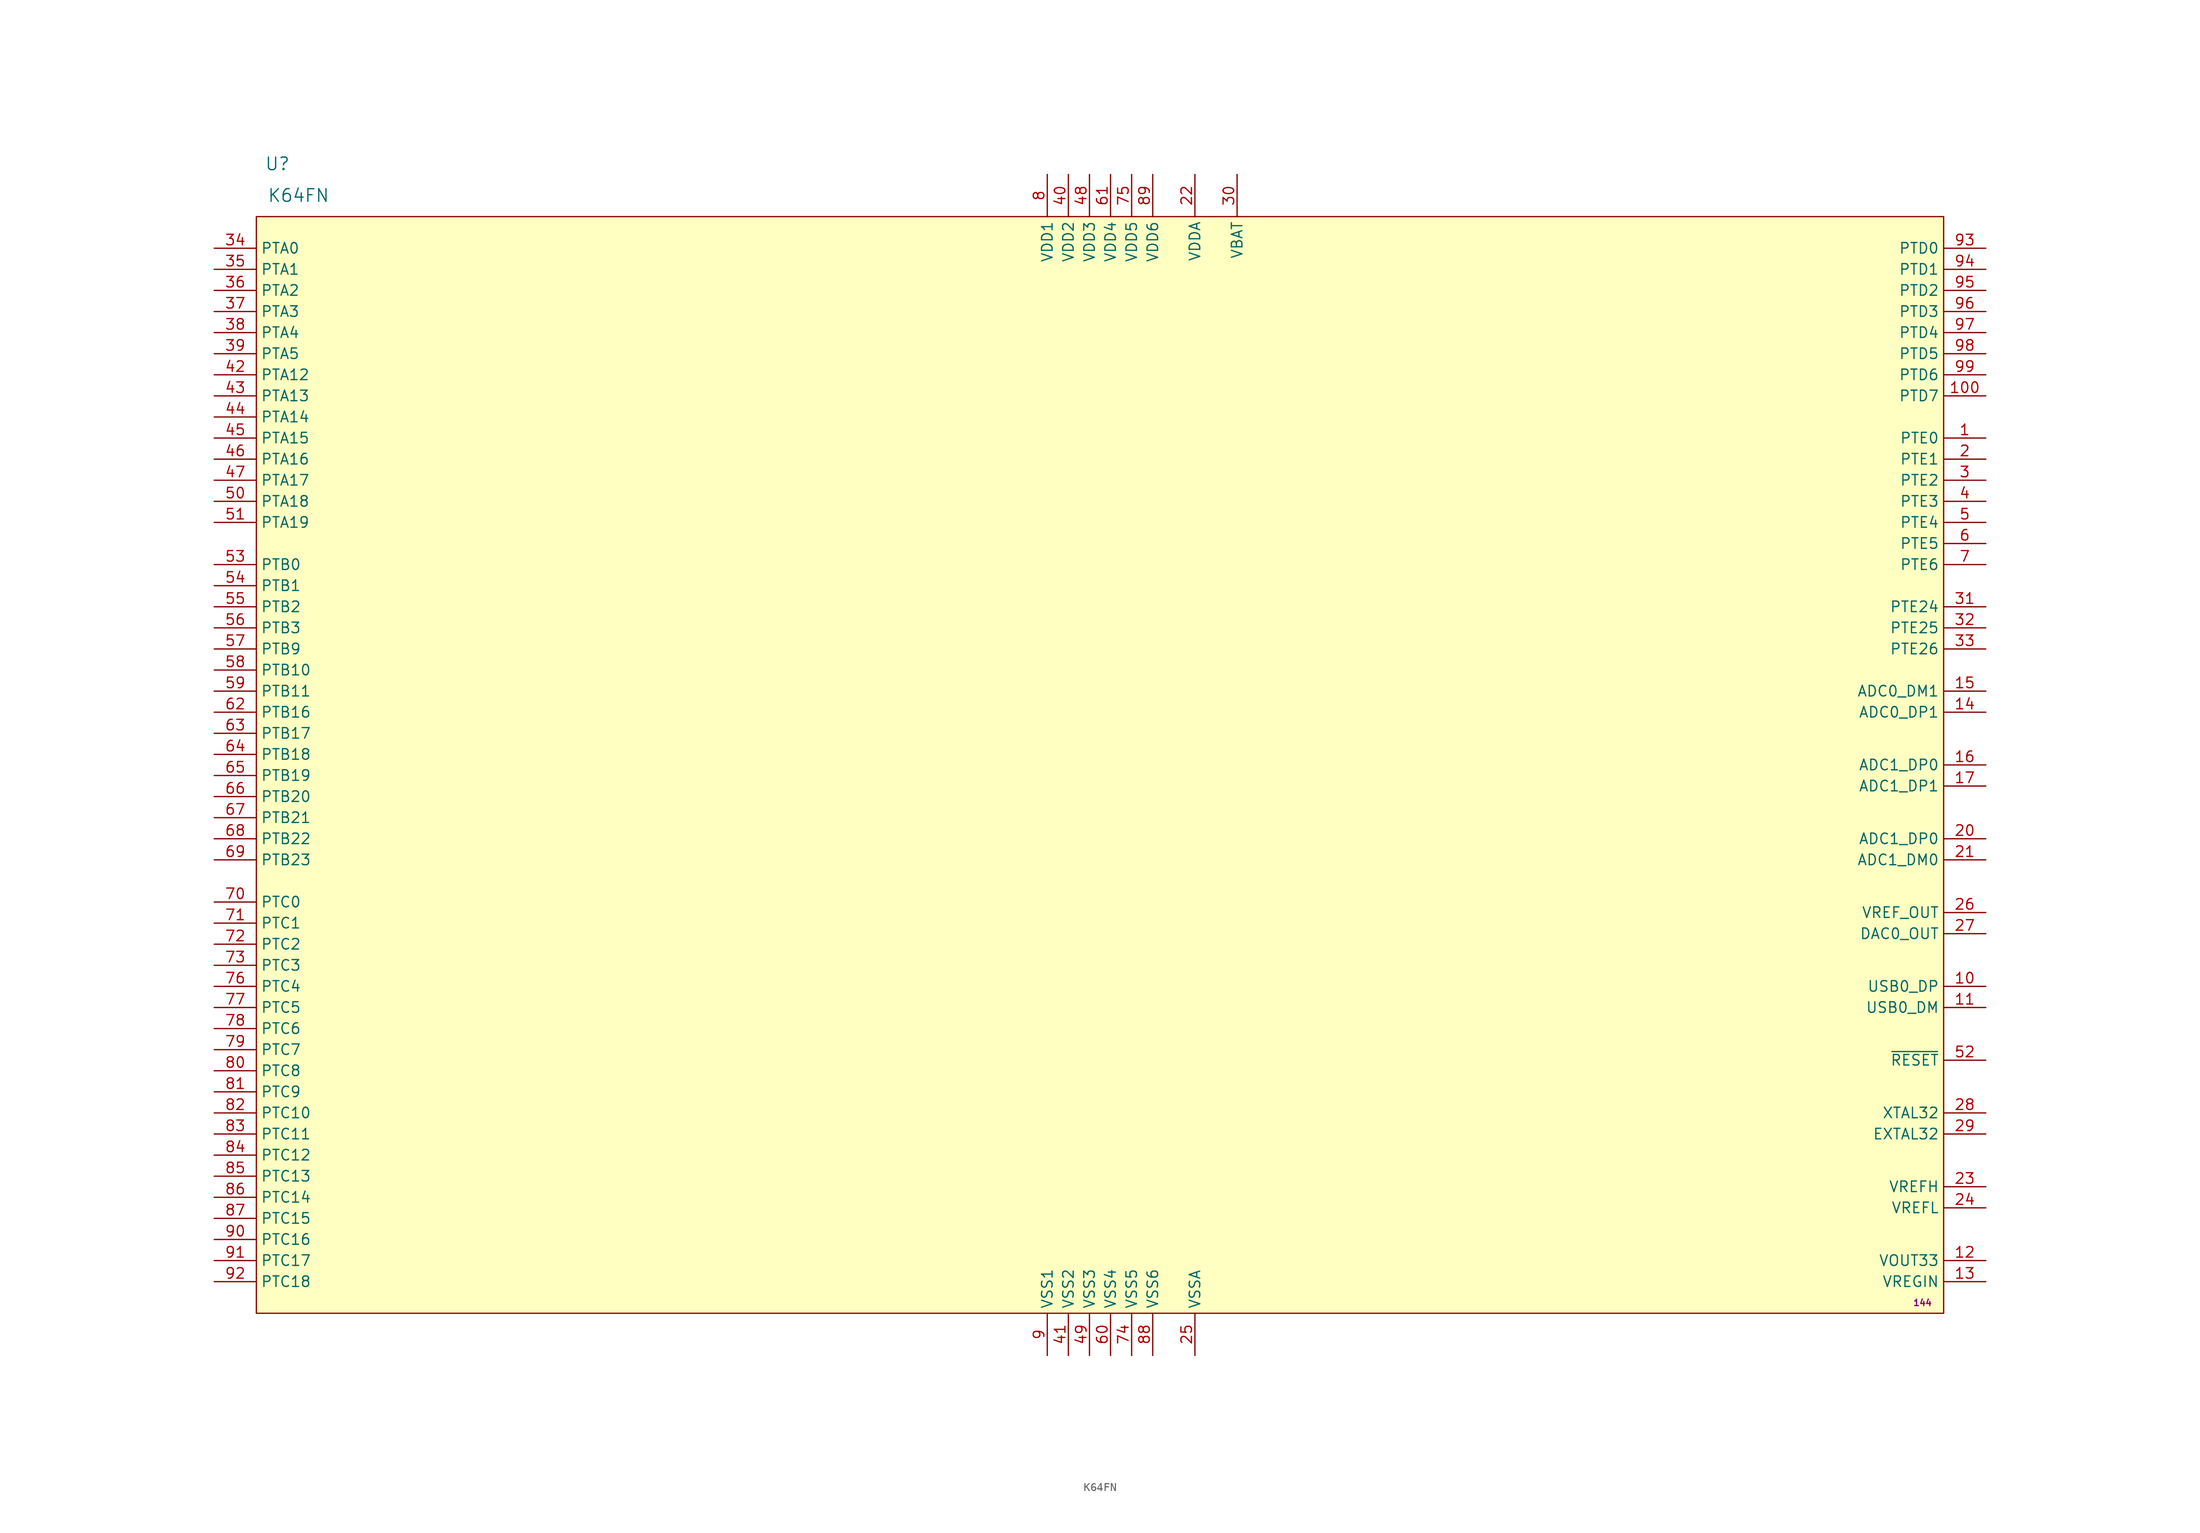
<source format=kicad_sym>
(kicad_symbol_lib
  (version 20220914)
  (generator kicad_symbol_editor)
  (symbol "K64FN"
    (property "Reference" "U"
      (at -99.06 72.39 0)
      (effects (font (size 1.524 1.524))))
    (property "Value" "K64FN"
      (at -96.52 68.58 0)
      (effects (font (size 1.524 1.524))))
    (property "Footprint" "144"
      (at 99.06 -64.77 0)
      (effects (font (size 0.762 0.762))))
    (property "Datasheet" ""
      (at 3.81 -3.81 0)
      (effects (font (size 1.524 1.524))))
    (symbol "K64FN_0_1"
      (rectangle (start -101.6 66.04) (end 101.6 -66.04) (stroke (width 0) (type default)) (fill (type background))))
    (symbol "K64FN_1_1"
      (pin input line (at 106.68 39.37 180) (length 5.08) (name "PTE0" (effects (font (size 1.27 1.27)))) (number "1" (effects (font (size 1.27 1.27)))))
      (pin input line (at 106.68 -26.67 180) (length 5.08) (name "USB0_DP" (effects (font (size 1.27 1.27)))) (number "10" (effects (font (size 1.27 1.27)))))
      (pin input line (at 106.68 44.45 180) (length 5.08) (name "PTD7" (effects (font (size 1.27 1.27)))) (number "100" (effects (font (size 1.27 1.27)))))
      (pin input line (at 106.68 -29.21 180) (length 5.08) (name "USB0_DM" (effects (font (size 1.27 1.27)))) (number "11" (effects (font (size 1.27 1.27)))))
      (pin input line (at 106.68 -59.69 180) (length 5.08) (name "VOUT33" (effects (font (size 1.27 1.27)))) (number "12" (effects (font (size 1.27 1.27)))))
      (pin input line (at 106.68 -62.23 180) (length 5.08) (name "VREGIN" (effects (font (size 1.27 1.27)))) (number "13" (effects (font (size 1.27 1.27)))))
      (pin input line (at 106.68 6.35 180) (length 5.08) (name "ADC0_DP1" (effects (font (size 1.27 1.27)))) (number "14" (effects (font (size 1.27 1.27)))))
      (pin input line (at 106.68 8.89 180) (length 5.08) (name "ADC0_DM1" (effects (font (size 1.27 1.27)))) (number "15" (effects (font (size 1.27 1.27)))))
      (pin input line (at 106.68 0 180) (length 5.08) (name "ADC1_DP0" (effects (font (size 1.27 1.27)))) (number "16" (effects (font (size 1.27 1.27)))))
      (pin input line (at 106.68 -2.54 180) (length 5.08) (name "ADC1_DP1" (effects (font (size 1.27 1.27)))) (number "17" (effects (font (size 1.27 1.27)))))
      (pin input line (at 106.68 36.83 180) (length 5.08) (name "PTE1" (effects (font (size 1.27 1.27)))) (number "2" (effects (font (size 1.27 1.27)))))
      (pin input line (at 106.68 -8.89 180) (length 5.08) (name "ADC1_DP0" (effects (font (size 1.27 1.27)))) (number "20" (effects (font (size 1.27 1.27)))))
      (pin input line (at 106.68 -11.43 180) (length 5.08) (name "ADC1_DM0" (effects (font (size 1.27 1.27)))) (number "21" (effects (font (size 1.27 1.27)))))
      (pin input line (at 11.43 71.12 270) (length 5.08) (name "VDDA" (effects (font (size 1.27 1.27)))) (number "22" (effects (font (size 1.27 1.27)))))
      (pin input line (at 106.68 -50.8 180) (length 5.08) (name "VREFH" (effects (font (size 1.27 1.27)))) (number "23" (effects (font (size 1.27 1.27)))))
      (pin input line (at 106.68 -53.34 180) (length 5.08) (name "VREFL" (effects (font (size 1.27 1.27)))) (number "24" (effects (font (size 1.27 1.27)))))
      (pin input line (at 11.43 -71.12 90) (length 5.08) (name "VSSA" (effects (font (size 1.27 1.27)))) (number "25" (effects (font (size 1.27 1.27)))))
      (pin input line (at 106.68 -17.78 180) (length 5.08) (name "VREF_OUT" (effects (font (size 1.27 1.27)))) (number "26" (effects (font (size 1.27 1.27)))))
      (pin input line (at 106.68 -20.32 180) (length 5.08) (name "DAC0_OUT" (effects (font (size 1.27 1.27)))) (number "27" (effects (font (size 1.27 1.27)))))
      (pin input line (at 106.68 -41.91 180) (length 5.08) (name "XTAL32" (effects (font (size 1.27 1.27)))) (number "28" (effects (font (size 1.27 1.27)))))
      (pin input line (at 106.68 -44.45 180) (length 5.08) (name "EXTAL32" (effects (font (size 1.27 1.27)))) (number "29" (effects (font (size 1.27 1.27)))))
      (pin input line (at 106.68 34.29 180) (length 5.08) (name "PTE2" (effects (font (size 1.27 1.27)))) (number "3" (effects (font (size 1.27 1.27)))))
      (pin input line (at 16.51 71.12 270) (length 5.08) (name "VBAT" (effects (font (size 1.27 1.27)))) (number "30" (effects (font (size 1.27 1.27)))))
      (pin input line (at 106.68 19.05 180) (length 5.08) (name "PTE24" (effects (font (size 1.27 1.27)))) (number "31" (effects (font (size 1.27 1.27)))))
      (pin input line (at 106.68 16.51 180) (length 5.08) (name "PTE25" (effects (font (size 1.27 1.27)))) (number "32" (effects (font (size 1.27 1.27)))))
      (pin input line (at 106.68 13.97 180) (length 5.08) (name "PTE26" (effects (font (size 1.27 1.27)))) (number "33" (effects (font (size 1.27 1.27)))))
      (pin input line (at -106.68 62.23 0) (length 5.08) (name "PTA0" (effects (font (size 1.27 1.27)))) (number "34" (effects (font (size 1.27 1.27)))))
      (pin input line (at -106.68 59.69 0) (length 5.08) (name "PTA1" (effects (font (size 1.27 1.27)))) (number "35" (effects (font (size 1.27 1.27)))))
      (pin input line (at -106.68 57.15 0) (length 5.08) (name "PTA2" (effects (font (size 1.27 1.27)))) (number "36" (effects (font (size 1.27 1.27)))))
      (pin input line (at -106.68 54.61 0) (length 5.08) (name "PTA3" (effects (font (size 1.27 1.27)))) (number "37" (effects (font (size 1.27 1.27)))))
      (pin input line (at -106.68 52.07 0) (length 5.08) (name "PTA4" (effects (font (size 1.27 1.27)))) (number "38" (effects (font (size 1.27 1.27)))))
      (pin input line (at -106.68 49.53 0) (length 5.08) (name "PTA5" (effects (font (size 1.27 1.27)))) (number "39" (effects (font (size 1.27 1.27)))))
      (pin input line (at 106.68 31.75 180) (length 5.08) (name "PTE3" (effects (font (size 1.27 1.27)))) (number "4" (effects (font (size 1.27 1.27)))))
      (pin input line (at -3.81 71.12 270) (length 5.08) (name "VDD2" (effects (font (size 1.27 1.27)))) (number "40" (effects (font (size 1.27 1.27)))))
      (pin input line (at -3.81 -71.12 90) (length 5.08) (name "VSS2" (effects (font (size 1.27 1.27)))) (number "41" (effects (font (size 1.27 1.27)))))
      (pin input line (at -106.68 46.99 0) (length 5.08) (name "PTA12" (effects (font (size 1.27 1.27)))) (number "42" (effects (font (size 1.27 1.27)))))
      (pin input line (at -106.68 44.45 0) (length 5.08) (name "PTA13" (effects (font (size 1.27 1.27)))) (number "43" (effects (font (size 1.27 1.27)))))
      (pin input line (at -106.68 41.91 0) (length 5.08) (name "PTA14" (effects (font (size 1.27 1.27)))) (number "44" (effects (font (size 1.27 1.27)))))
      (pin input line (at -106.68 39.37 0) (length 5.08) (name "PTA15" (effects (font (size 1.27 1.27)))) (number "45" (effects (font (size 1.27 1.27)))))
      (pin input line (at -106.68 36.83 0) (length 5.08) (name "PTA16" (effects (font (size 1.27 1.27)))) (number "46" (effects (font (size 1.27 1.27)))))
      (pin input line (at -106.68 34.29 0) (length 5.08) (name "PTA17" (effects (font (size 1.27 1.27)))) (number "47" (effects (font (size 1.27 1.27)))))
      (pin input line (at -1.27 71.12 270) (length 5.08) (name "VDD3" (effects (font (size 1.27 1.27)))) (number "48" (effects (font (size 1.27 1.27)))))
      (pin input line (at -1.27 -71.12 90) (length 5.08) (name "VSS3" (effects (font (size 1.27 1.27)))) (number "49" (effects (font (size 1.27 1.27)))))
      (pin input line (at 106.68 29.21 180) (length 5.08) (name "PTE4" (effects (font (size 1.27 1.27)))) (number "5" (effects (font (size 1.27 1.27)))))
      (pin input line (at -106.68 31.75 0) (length 5.08) (name "PTA18" (effects (font (size 1.27 1.27)))) (number "50" (effects (font (size 1.27 1.27)))))
      (pin input line (at -106.68 29.21 0) (length 5.08) (name "PTA19" (effects (font (size 1.27 1.27)))) (number "51" (effects (font (size 1.27 1.27)))))
      (pin input line (at 106.68 -35.56 180) (length 5.08) (name "~{RESET}" (effects (font (size 1.27 1.27)))) (number "52" (effects (font (size 1.27 1.27)))))
      (pin input line (at -106.68 24.13 0) (length 5.08) (name "PTB0" (effects (font (size 1.27 1.27)))) (number "53" (effects (font (size 1.27 1.27)))))
      (pin input line (at -106.68 21.59 0) (length 5.08) (name "PTB1" (effects (font (size 1.27 1.27)))) (number "54" (effects (font (size 1.27 1.27)))))
      (pin input line (at -106.68 19.05 0) (length 5.08) (name "PTB2" (effects (font (size 1.27 1.27)))) (number "55" (effects (font (size 1.27 1.27)))))
      (pin input line (at -106.68 16.51 0) (length 5.08) (name "PTB3" (effects (font (size 1.27 1.27)))) (number "56" (effects (font (size 1.27 1.27)))))
      (pin input line (at -106.68 13.97 0) (length 5.08) (name "PTB9" (effects (font (size 1.27 1.27)))) (number "57" (effects (font (size 1.27 1.27)))))
      (pin input line (at -106.68 11.43 0) (length 5.08) (name "PTB10" (effects (font (size 1.27 1.27)))) (number "58" (effects (font (size 1.27 1.27)))))
      (pin input line (at -106.68 8.89 0) (length 5.08) (name "PTB11" (effects (font (size 1.27 1.27)))) (number "59" (effects (font (size 1.27 1.27)))))
      (pin input line (at 106.68 26.67 180) (length 5.08) (name "PTE5" (effects (font (size 1.27 1.27)))) (number "6" (effects (font (size 1.27 1.27)))))
      (pin input line (at 1.27 -71.12 90) (length 5.08) (name "VSS4" (effects (font (size 1.27 1.27)))) (number "60" (effects (font (size 1.27 1.27)))))
      (pin input line (at 1.27 71.12 270) (length 5.08) (name "VDD4" (effects (font (size 1.27 1.27)))) (number "61" (effects (font (size 1.27 1.27)))))
      (pin input line (at -106.68 6.35 0) (length 5.08) (name "PTB16" (effects (font (size 1.27 1.27)))) (number "62" (effects (font (size 1.27 1.27)))))
      (pin input line (at -106.68 3.81 0) (length 5.08) (name "PTB17" (effects (font (size 1.27 1.27)))) (number "63" (effects (font (size 1.27 1.27)))))
      (pin input line (at -106.68 1.27 0) (length 5.08) (name "PTB18" (effects (font (size 1.27 1.27)))) (number "64" (effects (font (size 1.27 1.27)))))
      (pin input line (at -106.68 -1.27 0) (length 5.08) (name "PTB19" (effects (font (size 1.27 1.27)))) (number "65" (effects (font (size 1.27 1.27)))))
      (pin input line (at -106.68 -3.81 0) (length 5.08) (name "PTB20" (effects (font (size 1.27 1.27)))) (number "66" (effects (font (size 1.27 1.27)))))
      (pin input line (at -106.68 -6.35 0) (length 5.08) (name "PTB21" (effects (font (size 1.27 1.27)))) (number "67" (effects (font (size 1.27 1.27)))))
      (pin input line (at -106.68 -8.89 0) (length 5.08) (name "PTB22" (effects (font (size 1.27 1.27)))) (number "68" (effects (font (size 1.27 1.27)))))
      (pin input line (at -106.68 -11.43 0) (length 5.08) (name "PTB23" (effects (font (size 1.27 1.27)))) (number "69" (effects (font (size 1.27 1.27)))))
      (pin input line (at 106.68 24.13 180) (length 5.08) (name "PTE6" (effects (font (size 1.27 1.27)))) (number "7" (effects (font (size 1.27 1.27)))))
      (pin input line (at -106.68 -16.51 0) (length 5.08) (name "PTC0" (effects (font (size 1.27 1.27)))) (number "70" (effects (font (size 1.27 1.27)))))
      (pin input line (at -106.68 -19.05 0) (length 5.08) (name "PTC1" (effects (font (size 1.27 1.27)))) (number "71" (effects (font (size 1.27 1.27)))))
      (pin input line (at -106.68 -21.59 0) (length 5.08) (name "PTC2" (effects (font (size 1.27 1.27)))) (number "72" (effects (font (size 1.27 1.27)))))
      (pin input line (at -106.68 -24.13 0) (length 5.08) (name "PTC3" (effects (font (size 1.27 1.27)))) (number "73" (effects (font (size 1.27 1.27)))))
      (pin input line (at 3.81 -71.12 90) (length 5.08) (name "VSS5" (effects (font (size 1.27 1.27)))) (number "74" (effects (font (size 1.27 1.27)))))
      (pin input line (at 3.81 71.12 270) (length 5.08) (name "VDD5" (effects (font (size 1.27 1.27)))) (number "75" (effects (font (size 1.27 1.27)))))
      (pin input line (at -106.68 -26.67 0) (length 5.08) (name "PTC4" (effects (font (size 1.27 1.27)))) (number "76" (effects (font (size 1.27 1.27)))))
      (pin input line (at -106.68 -29.21 0) (length 5.08) (name "PTC5" (effects (font (size 1.27 1.27)))) (number "77" (effects (font (size 1.27 1.27)))))
      (pin input line (at -106.68 -31.75 0) (length 5.08) (name "PTC6" (effects (font (size 1.27 1.27)))) (number "78" (effects (font (size 1.27 1.27)))))
      (pin input line (at -106.68 -34.29 0) (length 5.08) (name "PTC7" (effects (font (size 1.27 1.27)))) (number "79" (effects (font (size 1.27 1.27)))))
      (pin input line (at -6.35 71.12 270) (length 5.08) (name "VDD1" (effects (font (size 1.27 1.27)))) (number "8" (effects (font (size 1.27 1.27)))))
      (pin input line (at -106.68 -36.83 0) (length 5.08) (name "PTC8" (effects (font (size 1.27 1.27)))) (number "80" (effects (font (size 1.27 1.27)))))
      (pin input line (at -106.68 -39.37 0) (length 5.08) (name "PTC9" (effects (font (size 1.27 1.27)))) (number "81" (effects (font (size 1.27 1.27)))))
      (pin input line (at -106.68 -41.91 0) (length 5.08) (name "PTC10" (effects (font (size 1.27 1.27)))) (number "82" (effects (font (size 1.27 1.27)))))
      (pin input line (at -106.68 -44.45 0) (length 5.08) (name "PTC11" (effects (font (size 1.27 1.27)))) (number "83" (effects (font (size 1.27 1.27)))))
      (pin input line (at -106.68 -46.99 0) (length 5.08) (name "PTC12" (effects (font (size 1.27 1.27)))) (number "84" (effects (font (size 1.27 1.27)))))
      (pin input line (at -106.68 -49.53 0) (length 5.08) (name "PTC13" (effects (font (size 1.27 1.27)))) (number "85" (effects (font (size 1.27 1.27)))))
      (pin input line (at -106.68 -52.07 0) (length 5.08) (name "PTC14" (effects (font (size 1.27 1.27)))) (number "86" (effects (font (size 1.27 1.27)))))
      (pin input line (at -106.68 -54.61 0) (length 5.08) (name "PTC15" (effects (font (size 1.27 1.27)))) (number "87" (effects (font (size 1.27 1.27)))))
      (pin input line (at 6.35 -71.12 90) (length 5.08) (name "VSS6" (effects (font (size 1.27 1.27)))) (number "88" (effects (font (size 1.27 1.27)))))
      (pin input line (at 6.35 71.12 270) (length 5.08) (name "VDD6" (effects (font (size 1.27 1.27)))) (number "89" (effects (font (size 1.27 1.27)))))
      (pin input line (at -6.35 -71.12 90) (length 5.08) (name "VSS1" (effects (font (size 1.27 1.27)))) (number "9" (effects (font (size 1.27 1.27)))))
      (pin input line (at -106.68 -57.15 0) (length 5.08) (name "PTC16" (effects (font (size 1.27 1.27)))) (number "90" (effects (font (size 1.27 1.27)))))
      (pin input line (at -106.68 -59.69 0) (length 5.08) (name "PTC17" (effects (font (size 1.27 1.27)))) (number "91" (effects (font (size 1.27 1.27)))))
      (pin input line (at -106.68 -62.23 0) (length 5.08) (name "PTC18" (effects (font (size 1.27 1.27)))) (number "92" (effects (font (size 1.27 1.27)))))
      (pin input line (at 106.68 62.23 180) (length 5.08) (name "PTD0" (effects (font (size 1.27 1.27)))) (number "93" (effects (font (size 1.27 1.27)))))
      (pin input line (at 106.68 59.69 180) (length 5.08) (name "PTD1" (effects (font (size 1.27 1.27)))) (number "94" (effects (font (size 1.27 1.27)))))
      (pin input line (at 106.68 57.15 180) (length 5.08) (name "PTD2" (effects (font (size 1.27 1.27)))) (number "95" (effects (font (size 1.27 1.27)))))
      (pin input line (at 106.68 54.61 180) (length 5.08) (name "PTD3" (effects (font (size 1.27 1.27)))) (number "96" (effects (font (size 1.27 1.27)))))
      (pin input line (at 106.68 52.07 180) (length 5.08) (name "PTD4" (effects (font (size 1.27 1.27)))) (number "97" (effects (font (size 1.27 1.27)))))
      (pin input line (at 106.68 49.53 180) (length 5.08) (name "PTD5" (effects (font (size 1.27 1.27)))) (number "98" (effects (font (size 1.27 1.27)))))
      (pin input line (at 106.68 46.99 180) (length 5.08) (name "PTD6" (effects (font (size 1.27 1.27)))) (number "99" (effects (font (size 1.27 1.27))))))))
</source>
